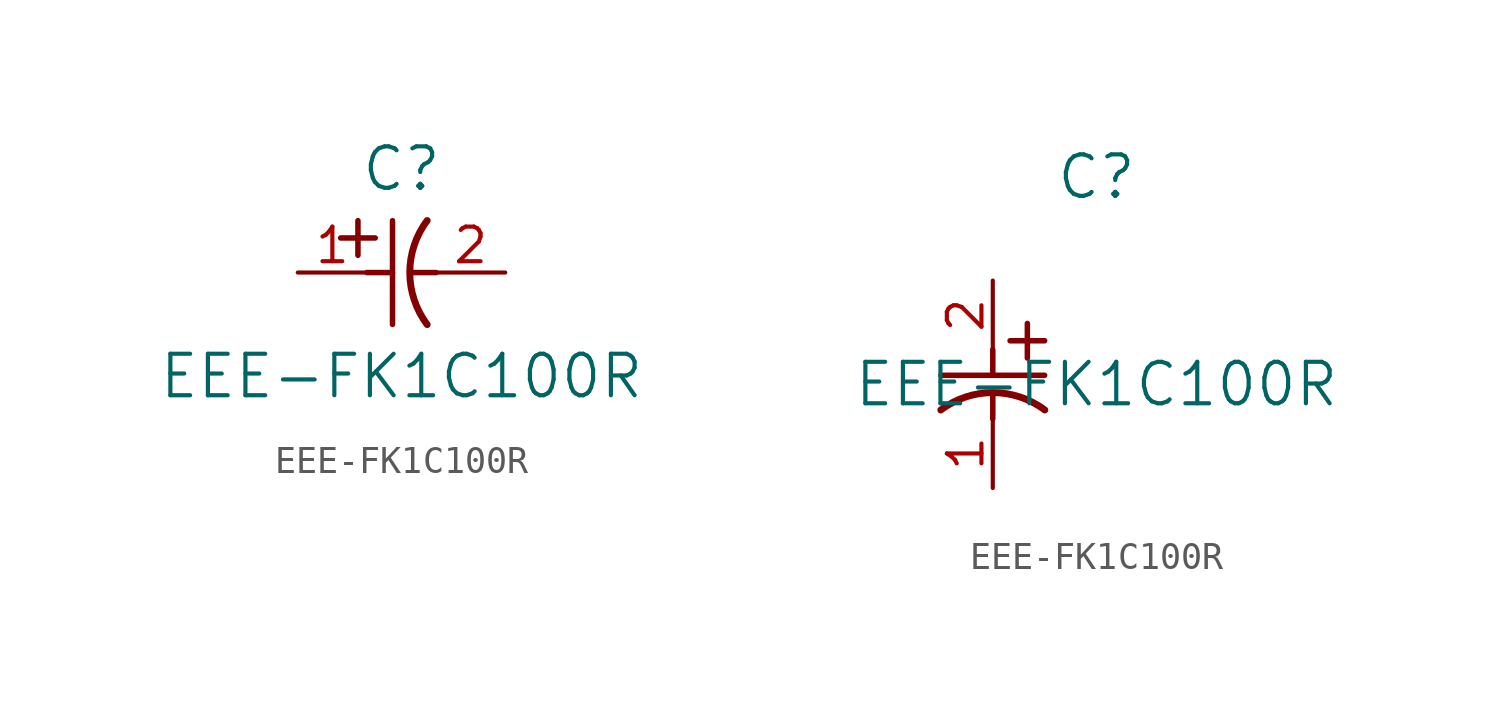
<source format=kicad_sym>
(kicad_symbol_lib
  (version 20211014)
  (generator kicad_symbol_editor)
  (symbol "EEE-FK1C100R"
    (pin_names
      (offset 0.254))
    (property "Reference" "C"
      (at 3.81 3.81 0)
      (effects (font (size 1.524 1.524))))
    (property "Value" "EEE-FK1C100R"
      (at 3.81 -3.81 0)
      (effects (font (size 1.524 1.524))))
    (symbol "EEE-FK1C100R_1_1"
      (polyline (pts (xy 2.21 0.635) (xy 2.21 1.905)) (stroke (width 0.203) (type default) (color 0 0 0 0)) (fill (type none)))
      (arc (start 4.754132 1.910763) (mid 4.1148 0) (end 4.754132 -1.910763) (stroke (width 0.254) (type default) (color 0 0 0 0)) (fill (type none)))
      (polyline (pts (xy 4.115 0) (xy 5.08 0)) (stroke (width 0.203) (type default) (color 0 0 0 0)) (fill (type none)))
      (polyline (pts (xy 3.48 -1.905) (xy 3.48 1.905)) (stroke (width 0.203) (type default) (color 0 0 0 0)) (fill (type none)))
      (polyline (pts (xy 1.575 1.27) (xy 2.845 1.27)) (stroke (width 0.203) (type default) (color 0 0 0 0)) (fill (type none)))
      (polyline (pts (xy 2.54 0) (xy 3.48 0)) (stroke (width 0.203) (type default) (color 0 0 0 0)) (fill (type none)))
      (pin unspecified line (at 0 0 0) (length 2.54) (name "" (effects (font (size 1.27 1.27)))) (number "1" (effects (font (size 1.27 1.27)))))
      (pin unspecified line (at 7.62 0 180) (length 2.54) (name "" (effects (font (size 1.27 1.27)))) (number "2" (effects (font (size 1.27 1.27))))))
    (symbol "EEE-FK1C100R_1_2"
      (polyline (pts (xy 0 -2.54) (xy 0 -3.48)) (stroke (width 0.203) (type default) (color 0 0 0 0)) (fill (type none)))
      (arc (start 1.910763 -4.754132) (mid 0 -4.1148) (end -1.910763 -4.754132) (stroke (width 0.254) (type default) (color 0 0 0 0)) (fill (type none)))
      (polyline (pts (xy -1.905 -3.48) (xy 1.905 -3.48)) (stroke (width 0.203) (type default) (color 0 0 0 0)) (fill (type none)))
      (polyline (pts (xy 0.635 -2.21) (xy 1.905 -2.21)) (stroke (width 0.203) (type default) (color 0 0 0 0)) (fill (type none)))
      (polyline (pts (xy 1.27 -1.575) (xy 1.27 -2.845)) (stroke (width 0.203) (type default) (color 0 0 0 0)) (fill (type none)))
      (polyline (pts (xy 0 -4.115) (xy 0 -5.08)) (stroke (width 0.203) (type default) (color 0 0 0 0)) (fill (type none)))
      (pin unspecified line (at 0 -7.62 90) (length 2.54) (name "" (effects (font (size 1.27 1.27)))) (number "1" (effects (font (size 1.27 1.27)))))
      (pin unspecified line (at 0 0 270) (length 2.54) (name "" (effects (font (size 1.27 1.27)))) (number "2" (effects (font (size 1.27 1.27))))))))
</source>
